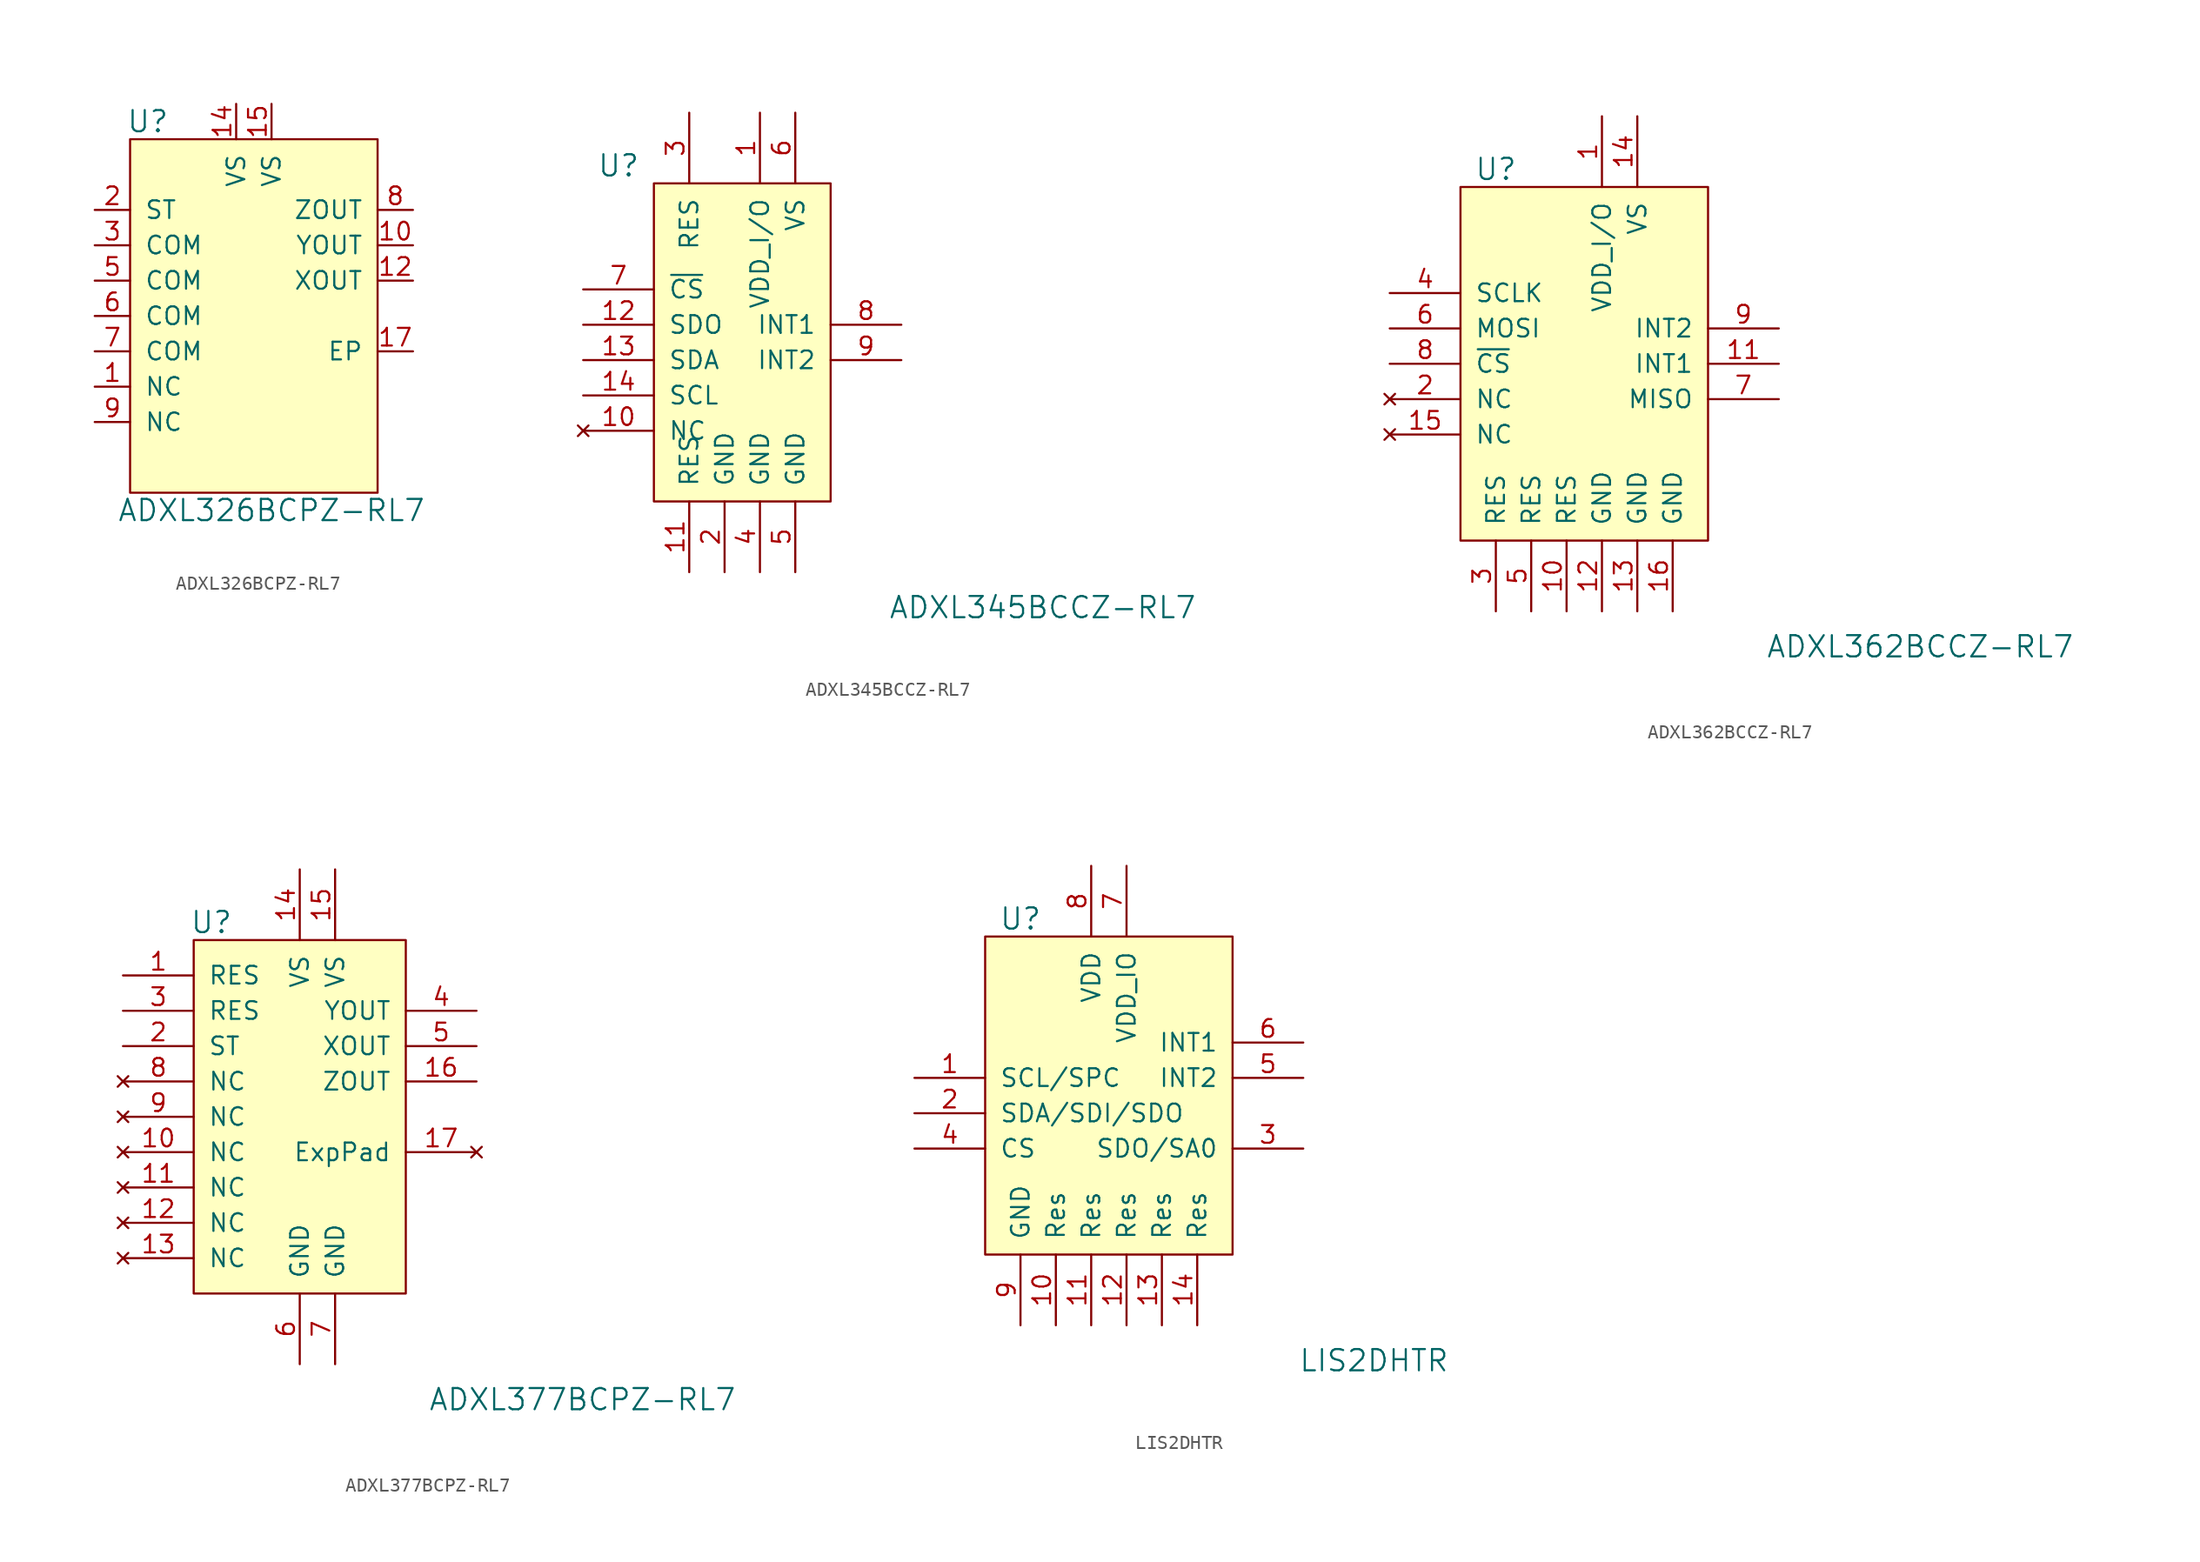
<source format=kicad_sym>
(kicad_symbol_lib
  (version 20211014)
  (generator kicad_symbol_editor)
  (symbol "ADXL326BCPZ-RL7"
    (pin_names
      (offset 1.016))
    (property "Reference" "U"
      (at -8.89 16.51 0)
      (effects (font (size 1.524 1.524))))
    (property "Value" "ADXL326BCPZ-RL7"
      (at 0 -11.43 0)
      (effects (font (size 1.524 1.524))))
    (symbol "ADXL326BCPZ-RL7_0_1"
      (rectangle (start -10.16 15.24) (end 7.62 -10.16) (stroke (width 0) (type default) (color 0 0 0 0)) (fill (type background))))
    (symbol "ADXL326BCPZ-RL7_1_1"
      (pin unspecified line (at -12.7 -2.54 0) (length 2.54) (name "NC" (effects (font (size 1.27 1.27)))) (number "1" (effects (font (size 1.27 1.27)))))
      (pin output line (at 10.16 7.62 180) (length 2.54) (name "YOUT" (effects (font (size 1.27 1.27)))) (number "10" (effects (font (size 1.27 1.27)))))
      (pin no_connect line (at -2.54 -10.16 90) (length 2.54) hide (name "NC" (effects (font (size 1.27 1.27)))) (number "11" (effects (font (size 1.27 1.27)))))
      (pin output line (at 10.16 5.08 180) (length 2.54) (name "XOUT" (effects (font (size 1.27 1.27)))) (number "12" (effects (font (size 1.27 1.27)))))
      (pin no_connect line (at 0 -10.16 90) (length 2.54) hide (name "NC" (effects (font (size 1.27 1.27)))) (number "13" (effects (font (size 1.27 1.27)))))
      (pin power_in line (at -2.54 17.78 270) (length 2.54) (name "VS" (effects (font (size 1.27 1.27)))) (number "14" (effects (font (size 1.27 1.27)))))
      (pin power_in line (at 0 17.78 270) (length 2.54) (name "VS" (effects (font (size 1.27 1.27)))) (number "15" (effects (font (size 1.27 1.27)))))
      (pin no_connect line (at 2.54 -10.16 90) (length 2.54) hide (name "NC" (effects (font (size 1.27 1.27)))) (number "16" (effects (font (size 1.27 1.27)))))
      (pin unspecified line (at 10.16 0 180) (length 2.54) (name "EP" (effects (font (size 1.27 1.27)))) (number "17" (effects (font (size 1.27 1.27)))))
      (pin input line (at -12.7 10.16 0) (length 2.54) (name "ST" (effects (font (size 1.27 1.27)))) (number "2" (effects (font (size 1.27 1.27)))))
      (pin power_in line (at -12.7 7.62 0) (length 2.54) (name "COM" (effects (font (size 1.27 1.27)))) (number "3" (effects (font (size 1.27 1.27)))))
      (pin no_connect line (at 5.08 -10.16 90) (length 2.54) hide (name "NC" (effects (font (size 1.27 1.27)))) (number "4" (effects (font (size 1.27 1.27)))))
      (pin power_in line (at -12.7 5.08 0) (length 2.54) (name "COM" (effects (font (size 1.27 1.27)))) (number "5" (effects (font (size 1.27 1.27)))))
      (pin power_in line (at -12.7 2.54 0) (length 2.54) (name "COM" (effects (font (size 1.27 1.27)))) (number "6" (effects (font (size 1.27 1.27)))))
      (pin power_in line (at -12.7 0 0) (length 2.54) (name "COM" (effects (font (size 1.27 1.27)))) (number "7" (effects (font (size 1.27 1.27)))))
      (pin output line (at 10.16 10.16 180) (length 2.54) (name "ZOUT" (effects (font (size 1.27 1.27)))) (number "8" (effects (font (size 1.27 1.27)))))
      (pin unspecified line (at -12.7 -5.08 0) (length 2.54) (name "NC" (effects (font (size 1.27 1.27)))) (number "9" (effects (font (size 1.27 1.27)))))))
  (symbol "ADXL345BCCZ-RL7"
    (pin_names
      (offset 1.016))
    (property "Reference" "U"
      (at -7.62 11.43 0)
      (effects (font (size 1.524 1.524))))
    (property "Value" "ADXL345BCCZ-RL7"
      (at 22.86 -20.32 0)
      (effects (font (size 1.524 1.524))))
    (symbol "ADXL345BCCZ-RL7_0_1"
      (rectangle (start -5.08 10.16) (end 7.62 -12.7) (stroke (width 0) (type default) (color 0 0 0 0)) (fill (type background))))
    (symbol "ADXL345BCCZ-RL7_1_1"
      (pin power_in line (at 2.54 15.24 270) (length 5.08) (name "VDD_I/O" (effects (font (size 1.27 1.27)))) (number "1" (effects (font (size 1.27 1.27)))))
      (pin no_connect line (at -10.16 -7.62 0) (length 5.08) (name "NC" (effects (font (size 1.27 1.27)))) (number "10" (effects (font (size 1.27 1.27)))))
      (pin power_in line (at -2.54 -17.78 90) (length 5.08) (name "RES" (effects (font (size 1.27 1.27)))) (number "11" (effects (font (size 1.27 1.27)))))
      (pin bidirectional line (at -10.16 0 0) (length 5.08) (name "SDO" (effects (font (size 1.27 1.27)))) (number "12" (effects (font (size 1.27 1.27)))))
      (pin bidirectional line (at -10.16 -2.54 0) (length 5.08) (name "SDA" (effects (font (size 1.27 1.27)))) (number "13" (effects (font (size 1.27 1.27)))))
      (pin bidirectional line (at -10.16 -5.08 0) (length 5.08) (name "SCL" (effects (font (size 1.27 1.27)))) (number "14" (effects (font (size 1.27 1.27)))))
      (pin power_in line (at 0 -17.78 90) (length 5.08) (name "GND" (effects (font (size 1.27 1.27)))) (number "2" (effects (font (size 1.27 1.27)))))
      (pin power_in line (at -2.54 15.24 270) (length 5.08) (name "RES" (effects (font (size 1.27 1.27)))) (number "3" (effects (font (size 1.27 1.27)))))
      (pin power_in line (at 2.54 -17.78 90) (length 5.08) (name "GND" (effects (font (size 1.27 1.27)))) (number "4" (effects (font (size 1.27 1.27)))))
      (pin power_in line (at 5.08 -17.78 90) (length 5.08) (name "GND" (effects (font (size 1.27 1.27)))) (number "5" (effects (font (size 1.27 1.27)))))
      (pin power_in line (at 5.08 15.24 270) (length 5.08) (name "VS" (effects (font (size 1.27 1.27)))) (number "6" (effects (font (size 1.27 1.27)))))
      (pin input line (at -10.16 2.54 0) (length 5.08) (name "~{CS}" (effects (font (size 1.27 1.27)))) (number "7" (effects (font (size 1.27 1.27)))))
      (pin output line (at 12.7 0 180) (length 5.08) (name "INT1" (effects (font (size 1.27 1.27)))) (number "8" (effects (font (size 1.27 1.27)))))
      (pin output line (at 12.7 -2.54 180) (length 5.08) (name "INT2" (effects (font (size 1.27 1.27)))) (number "9" (effects (font (size 1.27 1.27)))))))
  (symbol "ADXL362BCCZ-RL7"
    (pin_names
      (offset 1.016))
    (property "Reference" "U"
      (at -7.62 13.97 0)
      (effects (font (size 1.524 1.524))))
    (property "Value" "ADXL362BCCZ-RL7"
      (at 22.86 -20.32 0)
      (effects (font (size 1.524 1.524))))
    (symbol "ADXL362BCCZ-RL7_0_1"
      (rectangle (start -10.16 12.7) (end 7.62 -12.7) (stroke (width 0) (type default) (color 0 0 0 0)) (fill (type background))))
    (symbol "ADXL362BCCZ-RL7_1_1"
      (pin power_in line (at 0 17.78 270) (length 5.08) (name "VDD_I/O" (effects (font (size 1.27 1.27)))) (number "1" (effects (font (size 1.27 1.27)))))
      (pin power_in line (at -2.54 -17.78 90) (length 5.08) (name "RES" (effects (font (size 1.27 1.27)))) (number "10" (effects (font (size 1.27 1.27)))))
      (pin output line (at 12.7 0 180) (length 5.08) (name "INT1" (effects (font (size 1.27 1.27)))) (number "11" (effects (font (size 1.27 1.27)))))
      (pin power_in line (at 0 -17.78 90) (length 5.08) (name "GND" (effects (font (size 1.27 1.27)))) (number "12" (effects (font (size 1.27 1.27)))))
      (pin power_in line (at 2.54 -17.78 90) (length 5.08) (name "GND" (effects (font (size 1.27 1.27)))) (number "13" (effects (font (size 1.27 1.27)))))
      (pin power_in line (at 2.54 17.78 270) (length 5.08) (name "VS" (effects (font (size 1.27 1.27)))) (number "14" (effects (font (size 1.27 1.27)))))
      (pin no_connect line (at -15.24 -5.08 0) (length 5.08) (name "NC" (effects (font (size 1.27 1.27)))) (number "15" (effects (font (size 1.27 1.27)))))
      (pin power_in line (at 5.08 -17.78 90) (length 5.08) (name "GND" (effects (font (size 1.27 1.27)))) (number "16" (effects (font (size 1.27 1.27)))))
      (pin no_connect line (at -15.24 -2.54 0) (length 5.08) (name "NC" (effects (font (size 1.27 1.27)))) (number "2" (effects (font (size 1.27 1.27)))))
      (pin power_in line (at -7.62 -17.78 90) (length 5.08) (name "RES" (effects (font (size 1.27 1.27)))) (number "3" (effects (font (size 1.27 1.27)))))
      (pin input line (at -15.24 5.08 0) (length 5.08) (name "SCLK" (effects (font (size 1.27 1.27)))) (number "4" (effects (font (size 1.27 1.27)))))
      (pin power_in line (at -5.08 -17.78 90) (length 5.08) (name "RES" (effects (font (size 1.27 1.27)))) (number "5" (effects (font (size 1.27 1.27)))))
      (pin input line (at -15.24 2.54 0) (length 5.08) (name "MOSI" (effects (font (size 1.27 1.27)))) (number "6" (effects (font (size 1.27 1.27)))))
      (pin output line (at 12.7 -2.54 180) (length 5.08) (name "MISO" (effects (font (size 1.27 1.27)))) (number "7" (effects (font (size 1.27 1.27)))))
      (pin input line (at -15.24 0 0) (length 5.08) (name "~{CS}" (effects (font (size 1.27 1.27)))) (number "8" (effects (font (size 1.27 1.27)))))
      (pin output line (at 12.7 2.54 180) (length 5.08) (name "INT2" (effects (font (size 1.27 1.27)))) (number "9" (effects (font (size 1.27 1.27)))))))
  (symbol "ADXL377BCPZ-RL7"
    (pin_names
      (offset 1.016))
    (property "Reference" "U"
      (at -6.35 13.97 0)
      (effects (font (size 1.524 1.524))))
    (property "Value" "ADXL377BCPZ-RL7"
      (at 20.32 -20.32 0)
      (effects (font (size 1.524 1.524))))
    (symbol "ADXL377BCPZ-RL7_0_1"
      (rectangle (start -7.62 12.7) (end 7.62 -12.7) (stroke (width 0) (type default) (color 0 0 0 0)) (fill (type background))))
    (symbol "ADXL377BCPZ-RL7_1_1"
      (pin input line (at -12.7 10.16 0) (length 5.08) (name "RES" (effects (font (size 1.27 1.27)))) (number "1" (effects (font (size 1.27 1.27)))))
      (pin no_connect line (at -12.7 -2.54 0) (length 5.08) (name "NC" (effects (font (size 1.27 1.27)))) (number "10" (effects (font (size 1.27 1.27)))))
      (pin no_connect line (at -12.7 -5.08 0) (length 5.08) (name "NC" (effects (font (size 1.27 1.27)))) (number "11" (effects (font (size 1.27 1.27)))))
      (pin no_connect line (at -12.7 -7.62 0) (length 5.08) (name "NC" (effects (font (size 1.27 1.27)))) (number "12" (effects (font (size 1.27 1.27)))))
      (pin no_connect line (at -12.7 -10.16 0) (length 5.08) (name "NC" (effects (font (size 1.27 1.27)))) (number "13" (effects (font (size 1.27 1.27)))))
      (pin power_in line (at 0 17.78 270) (length 5.08) (name "VS" (effects (font (size 1.27 1.27)))) (number "14" (effects (font (size 1.27 1.27)))))
      (pin power_in line (at 2.54 17.78 270) (length 5.08) (name "VS" (effects (font (size 1.27 1.27)))) (number "15" (effects (font (size 1.27 1.27)))))
      (pin output line (at 12.7 2.54 180) (length 5.08) (name "ZOUT" (effects (font (size 1.27 1.27)))) (number "16" (effects (font (size 1.27 1.27)))))
      (pin no_connect line (at 12.7 -2.54 180) (length 5.08) (name "ExpPad" (effects (font (size 1.27 1.27)))) (number "17" (effects (font (size 1.27 1.27)))))
      (pin input line (at -12.7 5.08 0) (length 5.08) (name "ST" (effects (font (size 1.27 1.27)))) (number "2" (effects (font (size 1.27 1.27)))))
      (pin input line (at -12.7 7.62 0) (length 5.08) (name "RES" (effects (font (size 1.27 1.27)))) (number "3" (effects (font (size 1.27 1.27)))))
      (pin output line (at 12.7 7.62 180) (length 5.08) (name "YOUT" (effects (font (size 1.27 1.27)))) (number "4" (effects (font (size 1.27 1.27)))))
      (pin output line (at 12.7 5.08 180) (length 5.08) (name "XOUT" (effects (font (size 1.27 1.27)))) (number "5" (effects (font (size 1.27 1.27)))))
      (pin power_in line (at 0 -17.78 90) (length 5.08) (name "GND" (effects (font (size 1.27 1.27)))) (number "6" (effects (font (size 1.27 1.27)))))
      (pin power_in line (at 2.54 -17.78 90) (length 5.08) (name "GND" (effects (font (size 1.27 1.27)))) (number "7" (effects (font (size 1.27 1.27)))))
      (pin no_connect line (at -12.7 2.54 0) (length 5.08) (name "NC" (effects (font (size 1.27 1.27)))) (number "8" (effects (font (size 1.27 1.27)))))
      (pin no_connect line (at -12.7 0 0) (length 5.08) (name "NC" (effects (font (size 1.27 1.27)))) (number "9" (effects (font (size 1.27 1.27)))))))
  (symbol "LIS2DHTR"
    (pin_names
      (offset 1.016))
    (property "Reference" "U"
      (at -7.62 13.97 0)
      (effects (font (size 1.524 1.524))))
    (property "Value" "LIS2DHTR"
      (at 17.78 -17.78 0)
      (effects (font (size 1.524 1.524))))
    (symbol "LIS2DHTR_0_1"
      (rectangle (start -10.16 12.7) (end 7.62 -10.16) (stroke (width 0) (type default) (color 0 0 0 0)) (fill (type background))))
    (symbol "LIS2DHTR_1_1"
      (pin input line (at -15.24 2.54 0) (length 5.08) (name "SCL/SPC" (effects (font (size 1.27 1.27)))) (number "1" (effects (font (size 1.27 1.27)))))
      (pin power_in line (at -5.08 -15.24 90) (length 5.08) (name "Res" (effects (font (size 1.27 1.27)))) (number "10" (effects (font (size 1.27 1.27)))))
      (pin power_in line (at -2.54 -15.24 90) (length 5.08) (name "Res" (effects (font (size 1.27 1.27)))) (number "11" (effects (font (size 1.27 1.27)))))
      (pin power_in line (at 0 -15.24 90) (length 5.08) (name "Res" (effects (font (size 1.27 1.27)))) (number "12" (effects (font (size 1.27 1.27)))))
      (pin power_in line (at 2.54 -15.24 90) (length 5.08) (name "Res" (effects (font (size 1.27 1.27)))) (number "13" (effects (font (size 1.27 1.27)))))
      (pin power_in line (at 5.08 -15.24 90) (length 5.08) (name "Res" (effects (font (size 1.27 1.27)))) (number "14" (effects (font (size 1.27 1.27)))))
      (pin bidirectional line (at -15.24 0 0) (length 5.08) (name "SDA/SDI/SDO" (effects (font (size 1.27 1.27)))) (number "2" (effects (font (size 1.27 1.27)))))
      (pin output line (at 12.7 -2.54 180) (length 5.08) (name "SDO/SA0" (effects (font (size 1.27 1.27)))) (number "3" (effects (font (size 1.27 1.27)))))
      (pin input line (at -15.24 -2.54 0) (length 5.08) (name "CS" (effects (font (size 1.27 1.27)))) (number "4" (effects (font (size 1.27 1.27)))))
      (pin output line (at 12.7 2.54 180) (length 5.08) (name "INT2" (effects (font (size 1.27 1.27)))) (number "5" (effects (font (size 1.27 1.27)))))
      (pin output line (at 12.7 5.08 180) (length 5.08) (name "INT1" (effects (font (size 1.27 1.27)))) (number "6" (effects (font (size 1.27 1.27)))))
      (pin power_in line (at 0 17.78 270) (length 5.08) (name "VDD_IO" (effects (font (size 1.27 1.27)))) (number "7" (effects (font (size 1.27 1.27)))))
      (pin power_in line (at -2.54 17.78 270) (length 5.08) (name "VDD" (effects (font (size 1.27 1.27)))) (number "8" (effects (font (size 1.27 1.27)))))
      (pin power_in line (at -7.62 -15.24 90) (length 5.08) (name "GND" (effects (font (size 1.27 1.27)))) (number "9" (effects (font (size 1.27 1.27))))))))
</source>
